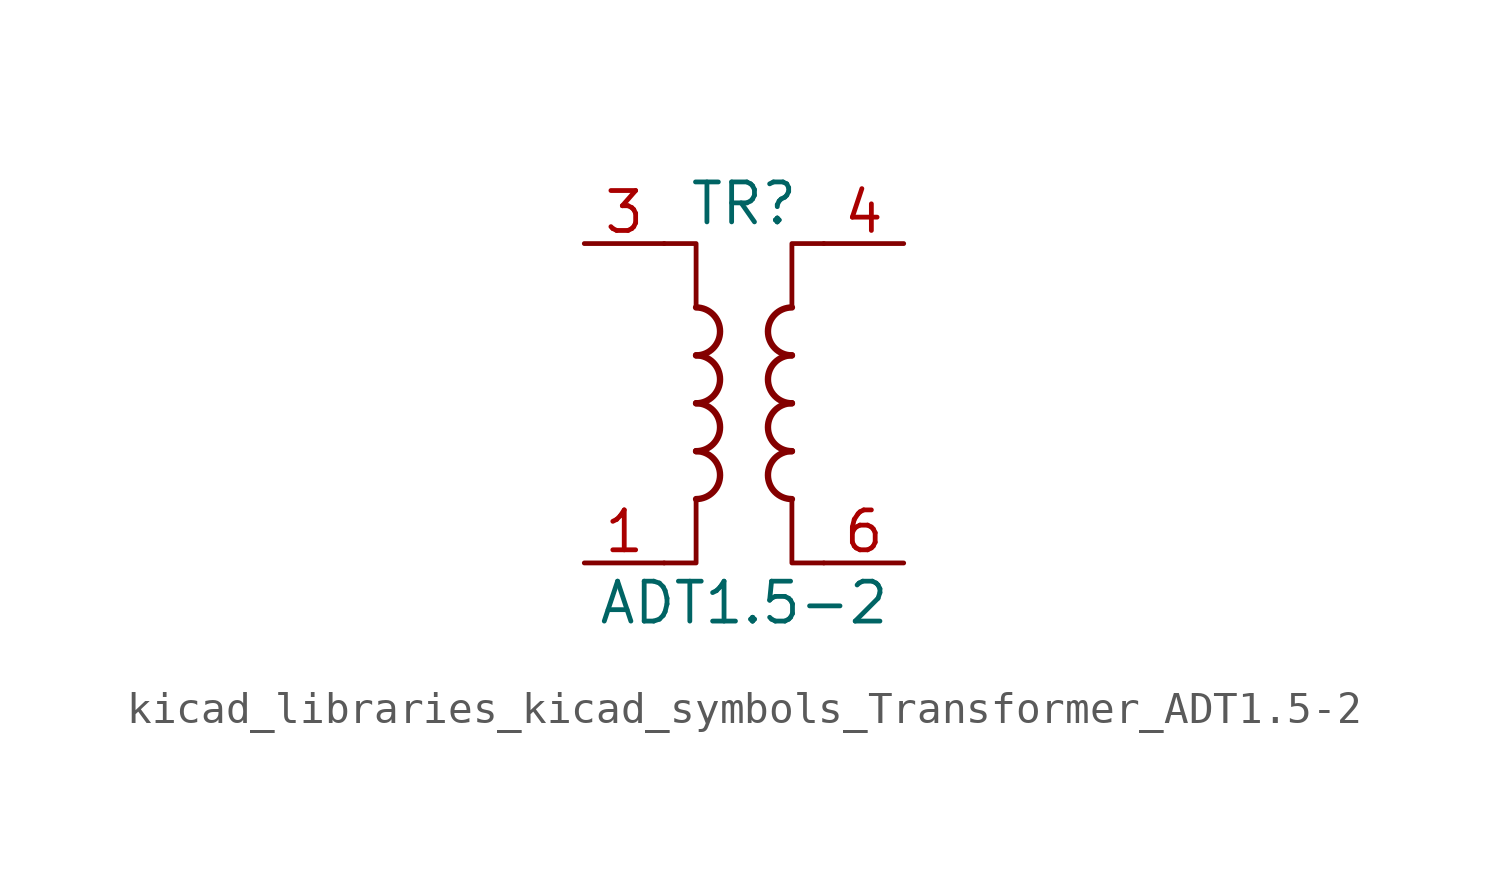
<source format=kicad_sym>
(kicad_symbol_lib
  (version 20220914)
  (generator kicad_symbol_editor)
  (symbol "kicad_libraries_kicad_symbols_Transformer_ADT1.5-2"
    (pin_names hide)
    (property "Reference" "TR"
      (at 0 6.35 0)
      (effects (font (size 1.27 1.27))))
    (property "Value" "ADT1.5-2"
      (at 0 -6.35 0)
      (effects (font (size 1.27 1.27))))
    (symbol "kicad_libraries_kicad_symbols_Transformer_ADT1.5-2_0_1"
      (arc (start -1.524 -3.048) (mid -0.7653 -2.286) (end -1.524 -1.524) (stroke (width 0.2032) (type default)) (fill (type none)))
      (arc (start -1.524 -1.524) (mid -0.7653 -0.762) (end -1.524 0) (stroke (width 0.2032) (type default)) (fill (type none)))
      (arc (start -1.524 0) (mid -0.7653 0.762) (end -1.524 1.524) (stroke (width 0.2032) (type default)) (fill (type none)))
      (arc (start -1.524 1.524) (mid -0.7653 2.286) (end -1.524 3.048) (stroke (width 0.2032) (type default)) (fill (type none)))
      (polyline (pts (xy -2.54 5.08) (xy -1.524 5.08) (xy -1.524 3.048)) (stroke (width 0.152) (type default)) (fill (type none)))
      (polyline (pts (xy -1.524 -3.048) (xy -1.524 -5.08) (xy -2.54 -5.08)) (stroke (width 0.152) (type default)) (fill (type none)))
      (polyline (pts (xy 1.524 3.048) (xy 1.524 5.08) (xy 2.54 5.08)) (stroke (width 0.152) (type default)) (fill (type none)))
      (polyline (pts (xy 2.54 -5.08) (xy 1.524 -5.08) (xy 1.524 -3.048)) (stroke (width 0.152) (type default)) (fill (type none)))
      (arc (start 1.524 -1.524) (mid 0.7653 -2.286) (end 1.524 -3.048) (stroke (width 0.2032) (type default)) (fill (type none)))
      (arc (start 1.524 0) (mid 0.7653 -0.762) (end 1.524 -1.524) (stroke (width 0.2032) (type default)) (fill (type none)))
      (arc (start 1.524 1.524) (mid 0.7653 0.762) (end 1.524 0) (stroke (width 0.2032) (type default)) (fill (type none)))
      (arc (start 1.524 3.048) (mid 0.7653 2.286) (end 1.524 1.524) (stroke (width 0.2032) (type default)) (fill (type none))))
    (symbol "kicad_libraries_kicad_symbols_Transformer_ADT1.5-2_1_1"
      (pin passive line (at -5.08 -5.08 0) (length 2.54) (name "~" (effects (font (size 1.27 1.27)))) (number "1" (effects (font (size 1.27 1.27)))))
      (pin passive line (at -5.08 5.08 0) (length 2.54) (name "~" (effects (font (size 1.27 1.27)))) (number "3" (effects (font (size 1.27 1.27)))))
      (pin passive line (at 5.08 5.08 180) (length 2.54) (name "~" (effects (font (size 1.27 1.27)))) (number "4" (effects (font (size 1.27 1.27)))))
      (pin passive line (at 5.08 -5.08 180) (length 2.54) (name "~" (effects (font (size 1.27 1.27)))) (number "6" (effects (font (size 1.27 1.27))))))))
</source>
